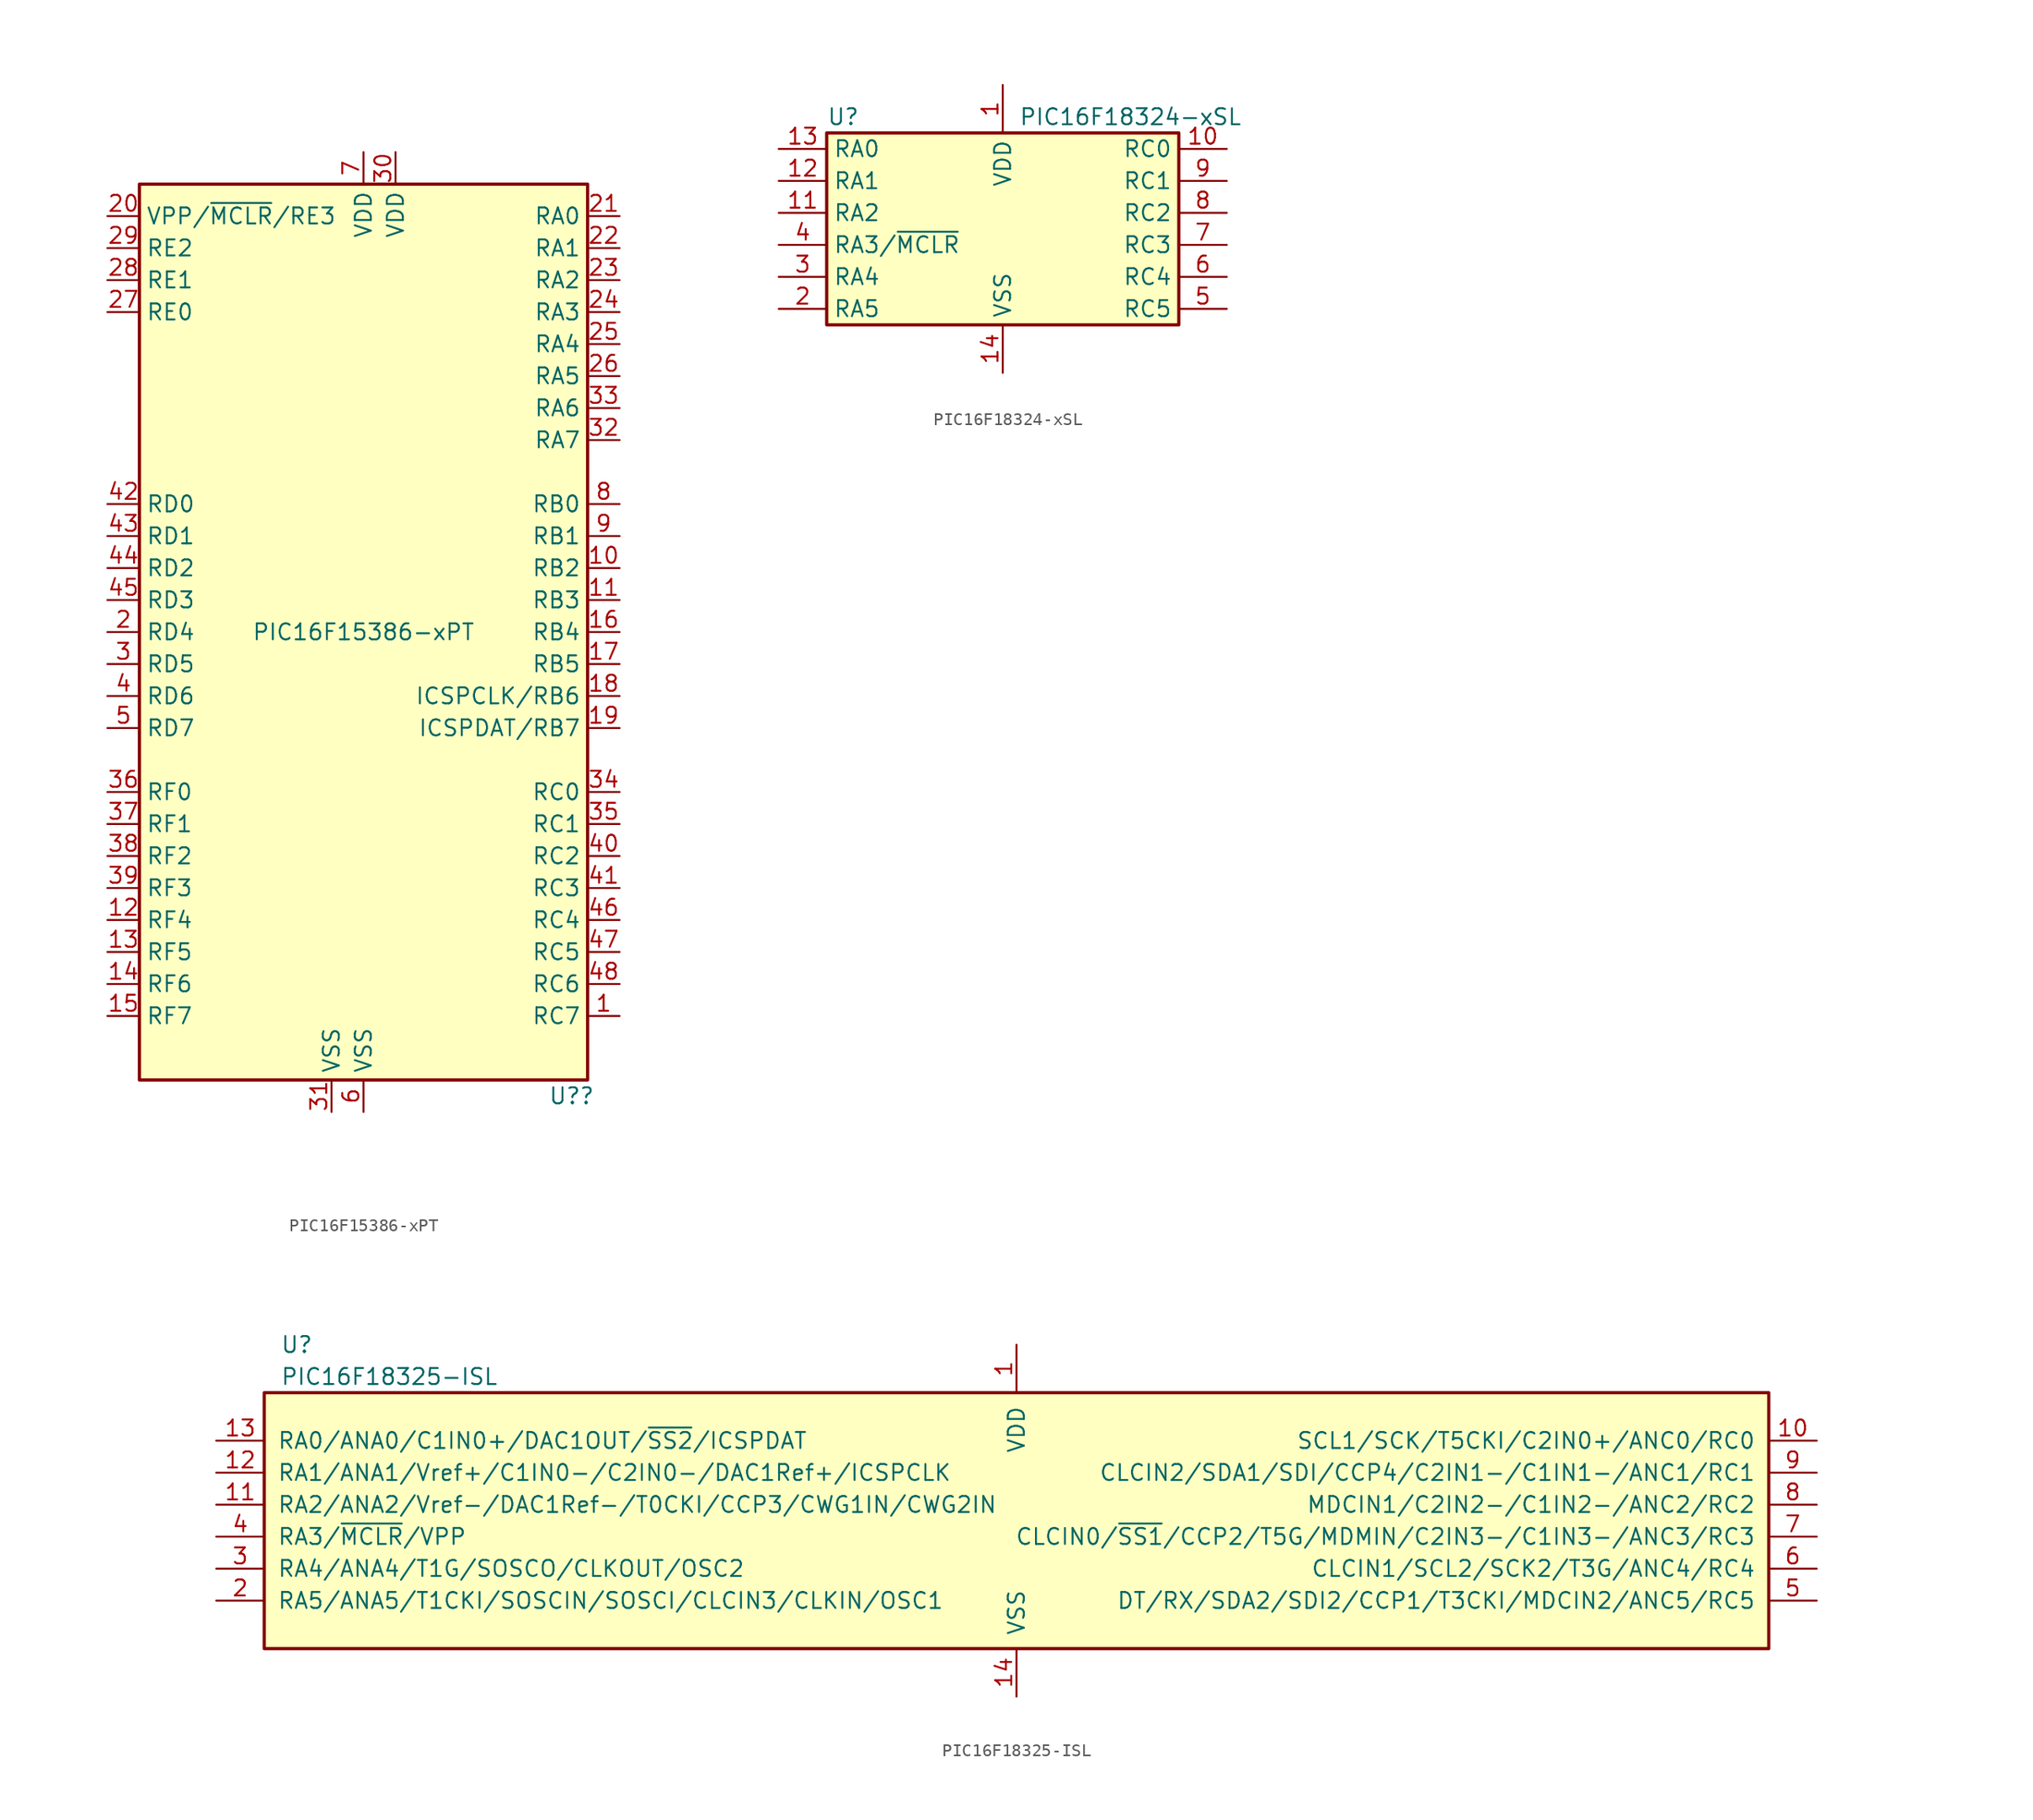
<source format=kicad_sym>
(kicad_symbol_lib
  (version 20201005)
  (generator kicad_symbol_editor)
  (symbol "MCU_Microchip_PIC16:PIC16F15386-xPT"
    (property "Reference" "U?"
      (at 16.51 -36.83 0)
      (effects (font (size 1.27 1.27))))
    (property "Value" "PIC16F15386-xPT"
      (at 0 0 0)
      (effects (font (size 1.27 1.27))))
    (symbol "PIC16F15386-xPT_0_0"
      (pin bidirectional line (at -20.32 -2.54 0) (length 2.54) (name "RD5" (effects (font (size 1.27 1.27)))) (number "3" (effects (font (size 1.27 1.27)))))
      (pin bidirectional line (at -20.32 -5.08 0) (length 2.54) (name "RD6" (effects (font (size 1.27 1.27)))) (number "4" (effects (font (size 1.27 1.27))))))
    (symbol "PIC16F15386-xPT_0_1"
      (rectangle (start -17.78 35.56) (end 17.78 -35.56) (stroke (width 0.254)) (fill (type background))))
    (symbol "PIC16F15386-xPT_1_1"
      (pin bidirectional line (at 20.32 -30.48 180) (length 2.54) (name "RC7" (effects (font (size 1.27 1.27)))) (number "1" (effects (font (size 1.27 1.27)))))
      (pin bidirectional line (at 20.32 5.08 180) (length 2.54) (name "RB2" (effects (font (size 1.27 1.27)))) (number "10" (effects (font (size 1.27 1.27)))))
      (pin bidirectional line (at 20.32 2.54 180) (length 2.54) (name "RB3" (effects (font (size 1.27 1.27)))) (number "11" (effects (font (size 1.27 1.27)))))
      (pin bidirectional line (at -20.32 -22.86 0) (length 2.54) (name "RF4" (effects (font (size 1.27 1.27)))) (number "12" (effects (font (size 1.27 1.27)))))
      (pin bidirectional line (at -20.32 -25.4 0) (length 2.54) (name "RF5" (effects (font (size 1.27 1.27)))) (number "13" (effects (font (size 1.27 1.27)))))
      (pin bidirectional line (at -20.32 -27.94 0) (length 2.54) (name "RF6" (effects (font (size 1.27 1.27)))) (number "14" (effects (font (size 1.27 1.27)))))
      (pin bidirectional line (at -20.32 -30.48 0) (length 2.54) (name "RF7" (effects (font (size 1.27 1.27)))) (number "15" (effects (font (size 1.27 1.27)))))
      (pin bidirectional line (at 20.32 0 180) (length 2.54) (name "RB4" (effects (font (size 1.27 1.27)))) (number "16" (effects (font (size 1.27 1.27)))))
      (pin bidirectional line (at 20.32 -2.54 180) (length 2.54) (name "RB5" (effects (font (size 1.27 1.27)))) (number "17" (effects (font (size 1.27 1.27)))))
      (pin bidirectional line (at 20.32 -5.08 180) (length 2.54) (name "ICSPCLK/RB6" (effects (font (size 1.27 1.27)))) (number "18" (effects (font (size 1.27 1.27)))))
      (pin bidirectional line (at 20.32 -7.62 180) (length 2.54) (name "ICSPDAT/RB7" (effects (font (size 1.27 1.27)))) (number "19" (effects (font (size 1.27 1.27)))))
      (pin bidirectional line (at -20.32 0 0) (length 2.54) (name "RD4" (effects (font (size 1.27 1.27)))) (number "2" (effects (font (size 1.27 1.27)))))
      (pin bidirectional line (at -20.32 33.02 0) (length 2.54) (name "VPP/~MCLR~/RE3" (effects (font (size 1.27 1.27)))) (number "20" (effects (font (size 1.27 1.27)))))
      (pin bidirectional line (at 20.32 33.02 180) (length 2.54) (name "RA0" (effects (font (size 1.27 1.27)))) (number "21" (effects (font (size 1.27 1.27)))))
      (pin bidirectional line (at 20.32 30.48 180) (length 2.54) (name "RA1" (effects (font (size 1.27 1.27)))) (number "22" (effects (font (size 1.27 1.27)))))
      (pin bidirectional line (at 20.32 27.94 180) (length 2.54) (name "RA2" (effects (font (size 1.27 1.27)))) (number "23" (effects (font (size 1.27 1.27)))))
      (pin bidirectional line (at 20.32 25.4 180) (length 2.54) (name "RA3" (effects (font (size 1.27 1.27)))) (number "24" (effects (font (size 1.27 1.27)))))
      (pin bidirectional line (at 20.32 22.86 180) (length 2.54) (name "RA4" (effects (font (size 1.27 1.27)))) (number "25" (effects (font (size 1.27 1.27)))))
      (pin bidirectional line (at 20.32 20.32 180) (length 2.54) (name "RA5" (effects (font (size 1.27 1.27)))) (number "26" (effects (font (size 1.27 1.27)))))
      (pin bidirectional line (at -20.32 25.4 0) (length 2.54) (name "RE0" (effects (font (size 1.27 1.27)))) (number "27" (effects (font (size 1.27 1.27)))))
      (pin bidirectional line (at -20.32 27.94 0) (length 2.54) (name "RE1" (effects (font (size 1.27 1.27)))) (number "28" (effects (font (size 1.27 1.27)))))
      (pin bidirectional line (at -20.32 30.48 0) (length 2.54) (name "RE2" (effects (font (size 1.27 1.27)))) (number "29" (effects (font (size 1.27 1.27)))))
      (pin power_in line (at 2.54 38.1 270) (length 2.54) (name "VDD" (effects (font (size 1.27 1.27)))) (number "30" (effects (font (size 1.27 1.27)))))
      (pin power_in line (at -2.54 -38.1 90) (length 2.54) (name "VSS" (effects (font (size 1.27 1.27)))) (number "31" (effects (font (size 1.27 1.27)))))
      (pin bidirectional line (at 20.32 15.24 180) (length 2.54) (name "RA7" (effects (font (size 1.27 1.27)))) (number "32" (effects (font (size 1.27 1.27)))))
      (pin bidirectional line (at 20.32 17.78 180) (length 2.54) (name "RA6" (effects (font (size 1.27 1.27)))) (number "33" (effects (font (size 1.27 1.27)))))
      (pin bidirectional line (at 20.32 -12.7 180) (length 2.54) (name "RC0" (effects (font (size 1.27 1.27)))) (number "34" (effects (font (size 1.27 1.27)))))
      (pin bidirectional line (at 20.32 -15.24 180) (length 2.54) (name "RC1" (effects (font (size 1.27 1.27)))) (number "35" (effects (font (size 1.27 1.27)))))
      (pin bidirectional line (at -20.32 -12.7 0) (length 2.54) (name "RF0" (effects (font (size 1.27 1.27)))) (number "36" (effects (font (size 1.27 1.27)))))
      (pin bidirectional line (at -20.32 -15.24 0) (length 2.54) (name "RF1" (effects (font (size 1.27 1.27)))) (number "37" (effects (font (size 1.27 1.27)))))
      (pin bidirectional line (at -20.32 -17.78 0) (length 2.54) (name "RF2" (effects (font (size 1.27 1.27)))) (number "38" (effects (font (size 1.27 1.27)))))
      (pin bidirectional line (at -20.32 -20.32 0) (length 2.54) (name "RF3" (effects (font (size 1.27 1.27)))) (number "39" (effects (font (size 1.27 1.27)))))
      (pin bidirectional line (at 20.32 -17.78 180) (length 2.54) (name "RC2" (effects (font (size 1.27 1.27)))) (number "40" (effects (font (size 1.27 1.27)))))
      (pin bidirectional line (at 20.32 -20.32 180) (length 2.54) (name "RC3" (effects (font (size 1.27 1.27)))) (number "41" (effects (font (size 1.27 1.27)))))
      (pin bidirectional line (at -20.32 10.16 0) (length 2.54) (name "RD0" (effects (font (size 1.27 1.27)))) (number "42" (effects (font (size 1.27 1.27)))))
      (pin bidirectional line (at -20.32 7.62 0) (length 2.54) (name "RD1" (effects (font (size 1.27 1.27)))) (number "43" (effects (font (size 1.27 1.27)))))
      (pin bidirectional line (at -20.32 5.08 0) (length 2.54) (name "RD2" (effects (font (size 1.27 1.27)))) (number "44" (effects (font (size 1.27 1.27)))))
      (pin bidirectional line (at -20.32 2.54 0) (length 2.54) (name "RD3" (effects (font (size 1.27 1.27)))) (number "45" (effects (font (size 1.27 1.27)))))
      (pin bidirectional line (at 20.32 -22.86 180) (length 2.54) (name "RC4" (effects (font (size 1.27 1.27)))) (number "46" (effects (font (size 1.27 1.27)))))
      (pin bidirectional line (at 20.32 -25.4 180) (length 2.54) (name "RC5" (effects (font (size 1.27 1.27)))) (number "47" (effects (font (size 1.27 1.27)))))
      (pin bidirectional line (at 20.32 -27.94 180) (length 2.54) (name "RC6" (effects (font (size 1.27 1.27)))) (number "48" (effects (font (size 1.27 1.27)))))
      (pin bidirectional line (at -20.32 -7.62 0) (length 2.54) (name "RD7" (effects (font (size 1.27 1.27)))) (number "5" (effects (font (size 1.27 1.27)))))
      (pin power_in line (at 0 -38.1 90) (length 2.54) (name "VSS" (effects (font (size 1.27 1.27)))) (number "6" (effects (font (size 1.27 1.27)))))
      (pin power_in line (at 0 38.1 270) (length 2.54) (name "VDD" (effects (font (size 1.27 1.27)))) (number "7" (effects (font (size 1.27 1.27)))))
      (pin bidirectional line (at 20.32 10.16 180) (length 2.54) (name "RB0" (effects (font (size 1.27 1.27)))) (number "8" (effects (font (size 1.27 1.27)))))
      (pin bidirectional line (at 20.32 7.62 180) (length 2.54) (name "RB1" (effects (font (size 1.27 1.27)))) (number "9" (effects (font (size 1.27 1.27)))))))
  (symbol "MCU_Microchip_PIC16:PIC16F18324-xSL"
    (property "Reference" "U"
      (at -13.97 10.16 0)
      (effects (font (size 1.27 1.27)) (justify left)))
    (property "Value" "PIC16F18324-xSL"
      (at 1.27 10.16 0)
      (effects (font (size 1.27 1.27)) (justify left)))
    (symbol "PIC16F18324-xSL_1_1"
      (rectangle (start -13.97 8.89) (end 13.97 -6.35) (stroke (width 0.254)) (fill (type background)))
      (pin power_in line (at 0 12.7 270) (length 3.81) (name "VDD" (effects (font (size 1.27 1.27)))) (number "1" (effects (font (size 1.27 1.27)))))
      (pin bidirectional line (at 17.78 7.62 180) (length 3.81) (name "RC0" (effects (font (size 1.27 1.27)))) (number "10" (effects (font (size 1.27 1.27)))))
      (pin bidirectional line (at -17.78 2.54 0) (length 3.81) (name "RA2" (effects (font (size 1.27 1.27)))) (number "11" (effects (font (size 1.27 1.27)))))
      (pin bidirectional line (at -17.78 5.08 0) (length 3.81) (name "RA1" (effects (font (size 1.27 1.27)))) (number "12" (effects (font (size 1.27 1.27)))))
      (pin bidirectional line (at -17.78 7.62 0) (length 3.81) (name "RA0" (effects (font (size 1.27 1.27)))) (number "13" (effects (font (size 1.27 1.27)))))
      (pin power_in line (at 0 -10.16 90) (length 3.81) (name "VSS" (effects (font (size 1.27 1.27)))) (number "14" (effects (font (size 1.27 1.27)))))
      (pin bidirectional line (at -17.78 -5.08 0) (length 3.81) (name "RA5" (effects (font (size 1.27 1.27)))) (number "2" (effects (font (size 1.27 1.27)))))
      (pin bidirectional line (at -17.78 -2.54 0) (length 3.81) (name "RA4" (effects (font (size 1.27 1.27)))) (number "3" (effects (font (size 1.27 1.27)))))
      (pin bidirectional line (at -17.78 0 0) (length 3.81) (name "RA3/~MCLR~" (effects (font (size 1.27 1.27)))) (number "4" (effects (font (size 1.27 1.27)))))
      (pin bidirectional line (at 17.78 -5.08 180) (length 3.81) (name "RC5" (effects (font (size 1.27 1.27)))) (number "5" (effects (font (size 1.27 1.27)))))
      (pin bidirectional line (at 17.78 -2.54 180) (length 3.81) (name "RC4" (effects (font (size 1.27 1.27)))) (number "6" (effects (font (size 1.27 1.27)))))
      (pin bidirectional line (at 17.78 0 180) (length 3.81) (name "RC3" (effects (font (size 1.27 1.27)))) (number "7" (effects (font (size 1.27 1.27)))))
      (pin bidirectional line (at 17.78 2.54 180) (length 3.81) (name "RC2" (effects (font (size 1.27 1.27)))) (number "8" (effects (font (size 1.27 1.27)))))
      (pin bidirectional line (at 17.78 5.08 180) (length 3.81) (name "RC1" (effects (font (size 1.27 1.27)))) (number "9" (effects (font (size 1.27 1.27)))))))
  (symbol "MCU_Microchip_PIC16:PIC16F18325-ISL"
    (pin_names
      (offset 1.016))
    (property "Reference" "U"
      (at -58.42 15.24 0)
      (effects (font (size 1.27 1.27)) (justify left)))
    (property "Value" "PIC16F18325-ISL"
      (at -58.42 12.7 0)
      (effects (font (size 1.27 1.27)) (justify left)))
    (symbol "PIC16F18325-ISL_1_1"
      (rectangle (start -59.69 11.43) (end 59.69 -8.89) (stroke (width 0.254)) (fill (type background)))
      (pin power_in line (at 0 15.24 270) (length 3.81) (name "VDD" (effects (font (size 1.27 1.27)))) (number "1" (effects (font (size 1.27 1.27)))))
      (pin bidirectional line (at 63.5 7.62 180) (length 3.81) (name "SCL1/SCK/T5CKI/C2IN0+/ANC0/RC0" (effects (font (size 1.27 1.27)))) (number "10" (effects (font (size 1.27 1.27)))))
      (pin bidirectional line (at -63.5 2.54 0) (length 3.81) (name "RA2/ANA2/Vref-/DAC1Ref-/T0CKI/CCP3/CWG1IN/CWG2IN" (effects (font (size 1.27 1.27)))) (number "11" (effects (font (size 1.27 1.27)))))
      (pin bidirectional line (at -63.5 5.08 0) (length 3.81) (name "RA1/ANA1/Vref+/C1IN0-/C2IN0-/DAC1Ref+/ICSPCLK" (effects (font (size 1.27 1.27)))) (number "12" (effects (font (size 1.27 1.27)))))
      (pin bidirectional line (at -63.5 7.62 0) (length 3.81) (name "RA0/ANA0/C1IN0+/DAC1OUT/~SS2~/ICSPDAT" (effects (font (size 1.27 1.27)))) (number "13" (effects (font (size 1.27 1.27)))))
      (pin power_in line (at 0 -12.7 90) (length 3.81) (name "VSS" (effects (font (size 1.27 1.27)))) (number "14" (effects (font (size 1.27 1.27)))))
      (pin bidirectional line (at -63.5 -5.08 0) (length 3.81) (name "RA5/ANA5/T1CKI/SOSCIN/SOSCI/CLCIN3/CLKIN/OSC1" (effects (font (size 1.27 1.27)))) (number "2" (effects (font (size 1.27 1.27)))))
      (pin bidirectional line (at -63.5 -2.54 0) (length 3.81) (name "RA4/ANA4/T1G/SOSCO/CLKOUT/OSC2" (effects (font (size 1.27 1.27)))) (number "3" (effects (font (size 1.27 1.27)))))
      (pin bidirectional line (at -63.5 0 0) (length 3.81) (name "RA3/~MCLR~/VPP" (effects (font (size 1.27 1.27)))) (number "4" (effects (font (size 1.27 1.27)))))
      (pin bidirectional line (at 63.5 -5.08 180) (length 3.81) (name "DT/RX/SDA2/SDI2/CCP1/T3CKI/MDCIN2/ANC5/RC5" (effects (font (size 1.27 1.27)))) (number "5" (effects (font (size 1.27 1.27)))))
      (pin bidirectional line (at 63.5 -2.54 180) (length 3.81) (name "CLCIN1/SCL2/SCK2/T3G/ANC4/RC4" (effects (font (size 1.27 1.27)))) (number "6" (effects (font (size 1.27 1.27)))))
      (pin bidirectional line (at 63.5 0 180) (length 3.81) (name "CLCIN0/~SS1~/CCP2/T5G/MDMIN/C2IN3-/C1IN3-/ANC3/RC3" (effects (font (size 1.27 1.27)))) (number "7" (effects (font (size 1.27 1.27)))))
      (pin bidirectional line (at 63.5 2.54 180) (length 3.81) (name "MDCIN1/C2IN2-/C1IN2-/ANC2/RC2" (effects (font (size 1.27 1.27)))) (number "8" (effects (font (size 1.27 1.27)))))
      (pin bidirectional line (at 63.5 5.08 180) (length 3.81) (name "CLCIN2/SDA1/SDI/CCP4/C2IN1-/C1IN1-/ANC1/RC1" (effects (font (size 1.27 1.27)))) (number "9" (effects (font (size 1.27 1.27))))))))
</source>
